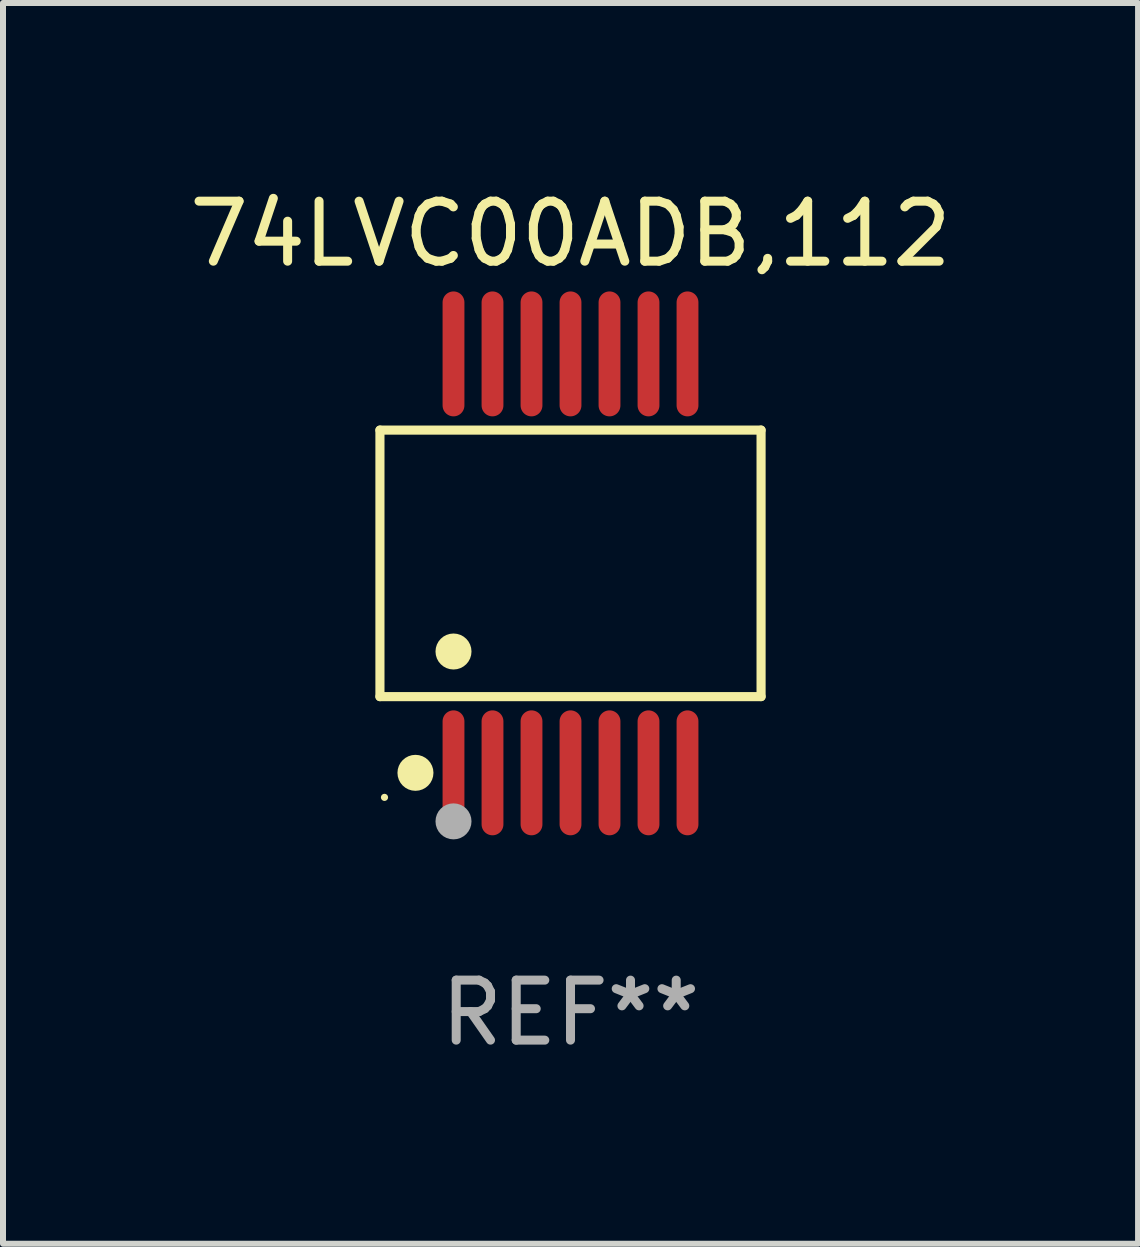
<source format=kicad_pcb>
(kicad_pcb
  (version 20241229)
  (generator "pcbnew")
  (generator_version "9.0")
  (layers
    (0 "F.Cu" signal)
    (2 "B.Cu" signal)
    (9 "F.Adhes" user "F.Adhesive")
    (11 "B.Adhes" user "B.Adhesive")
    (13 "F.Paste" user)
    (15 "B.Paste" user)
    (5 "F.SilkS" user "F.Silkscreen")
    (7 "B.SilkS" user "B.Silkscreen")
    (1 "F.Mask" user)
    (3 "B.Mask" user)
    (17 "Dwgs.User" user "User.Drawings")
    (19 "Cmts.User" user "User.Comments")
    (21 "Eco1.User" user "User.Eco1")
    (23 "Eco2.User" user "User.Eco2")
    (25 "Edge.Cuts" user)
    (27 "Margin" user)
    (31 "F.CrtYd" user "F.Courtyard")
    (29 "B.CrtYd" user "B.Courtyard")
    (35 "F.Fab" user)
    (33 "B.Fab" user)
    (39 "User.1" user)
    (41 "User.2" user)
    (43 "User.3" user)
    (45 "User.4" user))
  (footprint "74LVC00ADB,112"
    (layer "F.Cu")
    (at 6.458 6.339)
    (property "Reference" "74LVC00ADB,112" (at 0 -5.491 0) (layer "F.SilkS") (effects (font (size 1 1) (thickness 0.15))))
    (attr through_hole)
    (fp_line (start -3.176 -2.221) (end 3.176 -2.221) (stroke (width 0.152) (type solid)) (layer "F.SilkS"))
    (fp_line (start -3.176 2.221) (end -3.176 -2.221) (stroke (width 0.152) (type solid)) (layer "F.SilkS"))
    (fp_line (start 3.176 -2.221) (end 3.176 2.221) (stroke (width 0.152) (type solid)) (layer "F.SilkS"))
    (fp_line (start 3.176 2.221) (end -3.176 2.221) (stroke (width 0.152) (type solid)) (layer "F.SilkS"))
    (fp_circle (center -3.1 3.9) (end -3.07 3.9) (stroke (width 0.06) (type solid)) (fill no) (layer "F.SilkS"))
    (fp_circle (center -2.584 3.491) (end -2.434 3.491) (stroke (width 0.3) (type solid)) (fill no) (layer "F.SilkS"))
    (fp_circle (center -1.95 1.469) (end -1.8 1.469) (stroke (width 0.3) (type solid)) (fill no) (layer "F.SilkS"))
    (fp_circle (center -1.95 4.3) (end -1.8 4.3) (stroke (width 0.3) (type solid)) (fill no) (layer "F.Fab"))
    (fp_text user "REF**" (at 0 7.491 0) (layer "F.Fab") (effects (font (size 1 1) (thickness 0.15))))
    (pad "1" smd oval (at -1.95 3.491) (size 0.364 2.082) (layers "F.Cu" "F.Mask" "F.Paste"))
    (pad "2" smd oval (at -1.3 3.491) (size 0.364 2.082) (layers "F.Cu" "F.Mask" "F.Paste"))
    (pad "3" smd oval (at -0.65 3.491) (size 0.364 2.082) (layers "F.Cu" "F.Mask" "F.Paste"))
    (pad "4" smd oval (at 0 3.491) (size 0.364 2.082) (layers "F.Cu" "F.Mask" "F.Paste"))
    (pad "5" smd oval (at 0.65 3.491) (size 0.364 2.082) (layers "F.Cu" "F.Mask" "F.Paste"))
    (pad "6" smd oval (at 1.3 3.491) (size 0.364 2.082) (layers "F.Cu" "F.Mask" "F.Paste"))
    (pad "7" smd oval (at 1.95 3.491) (size 0.364 2.082) (layers "F.Cu" "F.Mask" "F.Paste"))
    (pad "8" smd oval (at 1.95 -3.491) (size 0.364 2.082) (layers "F.Cu" "F.Mask" "F.Paste"))
    (pad "9" smd oval (at 1.3 -3.491) (size 0.364 2.082) (layers "F.Cu" "F.Mask" "F.Paste"))
    (pad "10" smd oval (at 0.65 -3.491) (size 0.364 2.082) (layers "F.Cu" "F.Mask" "F.Paste"))
    (pad "11" smd oval (at 0 -3.491) (size 0.364 2.082) (layers "F.Cu" "F.Mask" "F.Paste"))
    (pad "12" smd oval (at -0.65 -3.491) (size 0.364 2.082) (layers "F.Cu" "F.Mask" "F.Paste"))
    (pad "13" smd oval (at -1.3 -3.491) (size 0.364 2.082) (layers "F.Cu" "F.Mask" "F.Paste"))
    (pad "14" smd oval (at -1.95 -3.491) (size 0.364 2.082) (layers "F.Cu" "F.Mask" "F.Paste")))
  (gr_rect
    (start -3 -3)
    (end 15.917 17.678)
    (stroke (width 0.1) (type default))
    (fill no)
    (layer "Edge.Cuts")))
</source>
